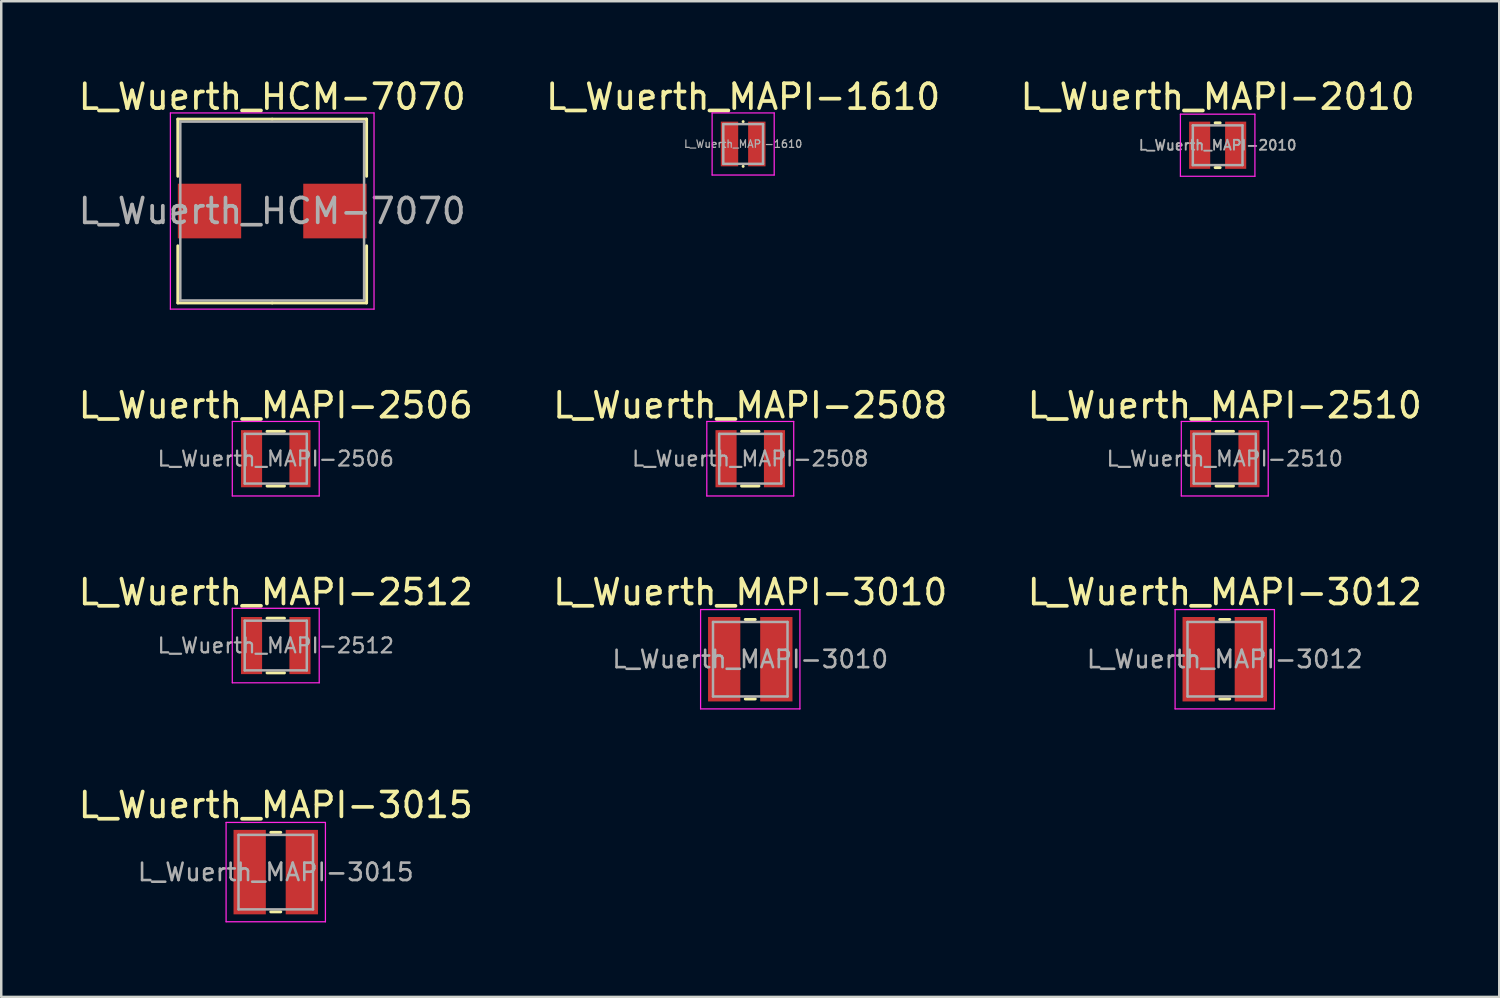
<source format=kicad_pcb>
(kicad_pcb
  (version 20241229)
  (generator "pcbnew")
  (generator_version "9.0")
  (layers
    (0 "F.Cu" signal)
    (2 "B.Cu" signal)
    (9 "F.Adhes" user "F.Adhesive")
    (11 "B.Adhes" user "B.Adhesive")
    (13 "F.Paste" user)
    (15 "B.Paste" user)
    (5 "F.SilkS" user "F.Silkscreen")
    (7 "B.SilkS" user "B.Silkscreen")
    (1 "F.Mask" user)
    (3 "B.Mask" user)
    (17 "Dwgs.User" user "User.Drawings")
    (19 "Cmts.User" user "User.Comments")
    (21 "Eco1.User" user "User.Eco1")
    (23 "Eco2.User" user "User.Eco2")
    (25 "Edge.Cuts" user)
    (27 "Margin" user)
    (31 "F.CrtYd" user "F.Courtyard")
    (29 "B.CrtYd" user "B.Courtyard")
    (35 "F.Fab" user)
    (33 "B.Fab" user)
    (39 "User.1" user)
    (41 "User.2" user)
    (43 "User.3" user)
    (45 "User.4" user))
  (footprint "L_Wuerth_MAPI-3012"
    (layer "F.Cu")
    (at 46.268 23.495)
    (property "Reference" "L_Wuerth_MAPI-3012" (at 0 -2.7 0) (layer "F.SilkS") (effects (font (size 1 1) (thickness 0.15))))
    (attr smd)
    (fp_line (start -0.2 -1.6) (end 0.2 -1.6) (stroke (width 0.12) (type solid)) (layer "F.SilkS"))
    (fp_line (start -0.2 1.6) (end 0.2 1.6) (stroke (width 0.12) (type solid)) (layer "F.SilkS"))
    (fp_line (start -2 -2) (end -2 2) (stroke (width 0.05) (type solid)) (layer "F.CrtYd"))
    (fp_line (start -2 2) (end 2 2) (stroke (width 0.05) (type solid)) (layer "F.CrtYd"))
    (fp_line (start 2 -2) (end -2 -2) (stroke (width 0.05) (type solid)) (layer "F.CrtYd"))
    (fp_line (start 2 2) (end 2 -2) (stroke (width 0.05) (type solid)) (layer "F.CrtYd"))
    (fp_line (start -1.5 -1.5) (end -1.5 1.5) (stroke (width 0.1) (type solid)) (layer "F.Fab"))
    (fp_line (start -1.5 1.5) (end 1.5 1.5) (stroke (width 0.1) (type solid)) (layer "F.Fab"))
    (fp_line (start 1.5 -1.5) (end -1.5 -1.5) (stroke (width 0.1) (type solid)) (layer "F.Fab"))
    (fp_line (start 1.5 1.5) (end 1.5 -1.5) (stroke (width 0.1) (type solid)) (layer "F.Fab"))
    (fp_text user "${REFERENCE}" (at 0 0 0) (layer "F.Fab") (effects (font (size 0.7 0.7) (thickness 0.105))))
    (pad "1" smd rect (at -1.05 0) (size 1.3 3.4) (layers "F.Cu" "F.Mask" "F.Paste"))
    (pad "2" smd rect (at 1.05 0) (size 1.3 3.4) (layers "F.Cu" "F.Mask" "F.Paste")))
  (footprint "L_Wuerth_MAPI-2508"
    (layer "F.Cu")
    (at 27.161 15.421)
    (property "Reference" "L_Wuerth_MAPI-2508" (at 0 -2.15 0) (layer "F.SilkS") (effects (font (size 1 1) (thickness 0.15))))
    (attr smd)
    (fp_line (start -0.35 -1.1) (end 0.35 -1.1) (stroke (width 0.12) (type solid)) (layer "F.SilkS"))
    (fp_line (start -0.35 1.1) (end 0.35 1.1) (stroke (width 0.12) (type solid)) (layer "F.SilkS"))
    (fp_line (start -1.75 -1.5) (end -1.75 1.5) (stroke (width 0.05) (type solid)) (layer "F.CrtYd"))
    (fp_line (start -1.75 1.5) (end 1.75 1.5) (stroke (width 0.05) (type solid)) (layer "F.CrtYd"))
    (fp_line (start 1.75 -1.5) (end -1.75 -1.5) (stroke (width 0.05) (type solid)) (layer "F.CrtYd"))
    (fp_line (start 1.75 1.5) (end 1.75 -1.5) (stroke (width 0.05) (type solid)) (layer "F.CrtYd"))
    (fp_line (start -1.25 -1) (end -1.25 1) (stroke (width 0.1) (type solid)) (layer "F.Fab"))
    (fp_line (start -1.25 1) (end 1.25 1) (stroke (width 0.1) (type solid)) (layer "F.Fab"))
    (fp_line (start 1.25 -1) (end -1.25 -1) (stroke (width 0.1) (type solid)) (layer "F.Fab"))
    (fp_line (start 1.25 1) (end 1.25 -1) (stroke (width 0.1) (type solid)) (layer "F.Fab"))
    (fp_text user "${REFERENCE}" (at 0 0 0) (layer "F.Fab") (effects (font (size 0.6 0.6) (thickness 0.09))))
    (pad "1" smd rect (at -0.975 0) (size 0.85 2.3) (layers "F.Cu" "F.Mask" "F.Paste"))
    (pad "2" smd rect (at 0.975 0) (size 0.85 2.3) (layers "F.Cu" "F.Mask" "F.Paste")))
  (footprint "L_Wuerth_MAPI-2010"
    (layer "F.Cu")
    (at 45.982 2.798)
    (property "Reference" "L_Wuerth_MAPI-2010" (at 0 -1.95 0) (layer "F.SilkS") (effects (font (size 1 1) (thickness 0.15))))
    (attr smd)
    (fp_line (start -0.1 -0.9) (end 0.1 -0.9) (stroke (width 0.12) (type solid)) (layer "F.SilkS"))
    (fp_line (start -0.1 0.9) (end 0.1 0.9) (stroke (width 0.12) (type solid)) (layer "F.SilkS"))
    (fp_line (start -1.5 -1.25) (end -1.5 1.25) (stroke (width 0.05) (type solid)) (layer "F.CrtYd"))
    (fp_line (start -1.5 1.25) (end 1.5 1.25) (stroke (width 0.05) (type solid)) (layer "F.CrtYd"))
    (fp_line (start 1.5 -1.25) (end -1.5 -1.25) (stroke (width 0.05) (type solid)) (layer "F.CrtYd"))
    (fp_line (start 1.5 1.25) (end 1.5 -1.25) (stroke (width 0.05) (type solid)) (layer "F.CrtYd"))
    (fp_line (start -1 -0.8) (end -1 0.8) (stroke (width 0.1) (type solid)) (layer "F.Fab"))
    (fp_line (start -1 0.8) (end 1 0.8) (stroke (width 0.1) (type solid)) (layer "F.Fab"))
    (fp_line (start 1 -0.8) (end -1 -0.8) (stroke (width 0.1) (type solid)) (layer "F.Fab"))
    (fp_line (start 1 0.8) (end 1 -0.8) (stroke (width 0.1) (type solid)) (layer "F.Fab"))
    (fp_text user "${REFERENCE}" (at 0 0 0) (layer "F.Fab") (effects (font (size 0.4 0.4) (thickness 0.075))))
    (pad "1" smd rect (at -0.725 0) (size 0.85 1.9) (layers "F.Cu" "F.Mask" "F.Paste"))
    (pad "2" smd rect (at 0.725 0) (size 0.85 1.9) (layers "F.Cu" "F.Mask" "F.Paste")))
  (footprint "L_Wuerth_MAPI-2512"
    (layer "F.Cu")
    (at 8.054 22.945)
    (property "Reference" "L_Wuerth_MAPI-2512" (at 0 -2.15 0) (layer "F.SilkS") (effects (font (size 1 1) (thickness 0.15))))
    (attr smd)
    (fp_line (start -0.35 -1.1) (end 0.35 -1.1) (stroke (width 0.12) (type solid)) (layer "F.SilkS"))
    (fp_line (start -0.35 1.1) (end 0.35 1.1) (stroke (width 0.12) (type solid)) (layer "F.SilkS"))
    (fp_line (start -1.75 -1.5) (end -1.75 1.5) (stroke (width 0.05) (type solid)) (layer "F.CrtYd"))
    (fp_line (start -1.75 1.5) (end 1.75 1.5) (stroke (width 0.05) (type solid)) (layer "F.CrtYd"))
    (fp_line (start 1.75 -1.5) (end -1.75 -1.5) (stroke (width 0.05) (type solid)) (layer "F.CrtYd"))
    (fp_line (start 1.75 1.5) (end 1.75 -1.5) (stroke (width 0.05) (type solid)) (layer "F.CrtYd"))
    (fp_line (start -1.25 -1) (end -1.25 1) (stroke (width 0.1) (type solid)) (layer "F.Fab"))
    (fp_line (start -1.25 1) (end 1.25 1) (stroke (width 0.1) (type solid)) (layer "F.Fab"))
    (fp_line (start 1.25 -1) (end -1.25 -1) (stroke (width 0.1) (type solid)) (layer "F.Fab"))
    (fp_line (start 1.25 1) (end 1.25 -1) (stroke (width 0.1) (type solid)) (layer "F.Fab"))
    (fp_text user "${REFERENCE}" (at 0 0 0) (layer "F.Fab") (effects (font (size 0.6 0.6) (thickness 0.09))))
    (pad "1" smd rect (at -0.975 0) (size 0.85 2.3) (layers "F.Cu" "F.Mask" "F.Paste"))
    (pad "2" smd rect (at 0.975 0) (size 0.85 2.3) (layers "F.Cu" "F.Mask" "F.Paste")))
  (footprint "L_Wuerth_MAPI-1610"
    (layer "F.Cu")
    (at 26.875 2.748)
    (property "Reference" "L_Wuerth_MAPI-1610" (at 0 -1.9 0) (layer "F.SilkS") (effects (font (size 1 1) (thickness 0.15))))
    (attr smd)
    (fp_line (start 0 -0.9) (end 0 -0.9) (stroke (width 0.12) (type solid)) (layer "F.SilkS"))
    (fp_line (start 0 0.9) (end 0 0.9) (stroke (width 0.12) (type solid)) (layer "F.SilkS"))
    (fp_line (start -1.25 -1.25) (end -1.25 1.25) (stroke (width 0.05) (type solid)) (layer "F.CrtYd"))
    (fp_line (start -1.25 1.25) (end 1.25 1.25) (stroke (width 0.05) (type solid)) (layer "F.CrtYd"))
    (fp_line (start 1.25 -1.25) (end -1.25 -1.25) (stroke (width 0.05) (type solid)) (layer "F.CrtYd"))
    (fp_line (start 1.25 1.25) (end 1.25 -1.25) (stroke (width 0.05) (type solid)) (layer "F.CrtYd"))
    (fp_line (start -0.8 -0.8) (end -0.8 0.8) (stroke (width 0.1) (type solid)) (layer "F.Fab"))
    (fp_line (start -0.8 0.8) (end 0.8 0.8) (stroke (width 0.1) (type solid)) (layer "F.Fab"))
    (fp_line (start 0.8 -0.8) (end -0.8 -0.8) (stroke (width 0.1) (type solid)) (layer "F.Fab"))
    (fp_line (start 0.8 0.8) (end 0.8 -0.8) (stroke (width 0.1) (type solid)) (layer "F.Fab"))
    (fp_text user "${REFERENCE}" (at 0 0 0) (layer "F.Fab") (effects (font (size 0.3 0.3) (thickness 0.05))))
    (pad "1" smd rect (at -0.55 0) (size 0.7 1.8) (layers "F.Cu" "F.Mask" "F.Paste"))
    (pad "2" smd rect (at 0.55 0) (size 0.7 1.8) (layers "F.Cu" "F.Mask" "F.Paste")))
  (footprint "L_Wuerth_MAPI-2510"
    (layer "F.Cu")
    (at 46.268 15.421)
    (property "Reference" "L_Wuerth_MAPI-2510" (at 0 -2.15 0) (layer "F.SilkS") (effects (font (size 1 1) (thickness 0.15))))
    (attr smd)
    (fp_line (start -0.35 -1.1) (end 0.35 -1.1) (stroke (width 0.12) (type solid)) (layer "F.SilkS"))
    (fp_line (start -0.35 1.1) (end 0.35 1.1) (stroke (width 0.12) (type solid)) (layer "F.SilkS"))
    (fp_line (start -1.75 -1.5) (end -1.75 1.5) (stroke (width 0.05) (type solid)) (layer "F.CrtYd"))
    (fp_line (start -1.75 1.5) (end 1.75 1.5) (stroke (width 0.05) (type solid)) (layer "F.CrtYd"))
    (fp_line (start 1.75 -1.5) (end -1.75 -1.5) (stroke (width 0.05) (type solid)) (layer "F.CrtYd"))
    (fp_line (start 1.75 1.5) (end 1.75 -1.5) (stroke (width 0.05) (type solid)) (layer "F.CrtYd"))
    (fp_line (start -1.25 -1) (end -1.25 1) (stroke (width 0.1) (type solid)) (layer "F.Fab"))
    (fp_line (start -1.25 1) (end 1.25 1) (stroke (width 0.1) (type solid)) (layer "F.Fab"))
    (fp_line (start 1.25 -1) (end -1.25 -1) (stroke (width 0.1) (type solid)) (layer "F.Fab"))
    (fp_line (start 1.25 1) (end 1.25 -1) (stroke (width 0.1) (type solid)) (layer "F.Fab"))
    (fp_text user "${REFERENCE}" (at 0 0 0) (layer "F.Fab") (effects (font (size 0.6 0.6) (thickness 0.09))))
    (pad "1" smd rect (at -0.975 0) (size 0.85 2.3) (layers "F.Cu" "F.Mask" "F.Paste"))
    (pad "2" smd rect (at 0.975 0) (size 0.85 2.3) (layers "F.Cu" "F.Mask" "F.Paste")))
  (footprint "L_Wuerth_MAPI-3010"
    (layer "F.Cu")
    (at 27.161 23.495)
    (property "Reference" "L_Wuerth_MAPI-3010" (at 0 -2.7 0) (layer "F.SilkS") (effects (font (size 1 1) (thickness 0.15))))
    (attr smd)
    (fp_line (start -0.2 -1.6) (end 0.2 -1.6) (stroke (width 0.12) (type solid)) (layer "F.SilkS"))
    (fp_line (start -0.2 1.6) (end 0.2 1.6) (stroke (width 0.12) (type solid)) (layer "F.SilkS"))
    (fp_line (start -2 -2) (end -2 2) (stroke (width 0.05) (type solid)) (layer "F.CrtYd"))
    (fp_line (start -2 2) (end 2 2) (stroke (width 0.05) (type solid)) (layer "F.CrtYd"))
    (fp_line (start 2 -2) (end -2 -2) (stroke (width 0.05) (type solid)) (layer "F.CrtYd"))
    (fp_line (start 2 2) (end 2 -2) (stroke (width 0.05) (type solid)) (layer "F.CrtYd"))
    (fp_line (start -1.5 -1.5) (end -1.5 1.5) (stroke (width 0.1) (type solid)) (layer "F.Fab"))
    (fp_line (start -1.5 1.5) (end 1.5 1.5) (stroke (width 0.1) (type solid)) (layer "F.Fab"))
    (fp_line (start 1.5 -1.5) (end -1.5 -1.5) (stroke (width 0.1) (type solid)) (layer "F.Fab"))
    (fp_line (start 1.5 1.5) (end 1.5 -1.5) (stroke (width 0.1) (type solid)) (layer "F.Fab"))
    (fp_text user "${REFERENCE}" (at 0 0 0) (layer "F.Fab") (effects (font (size 0.7 0.7) (thickness 0.105))))
    (pad "1" smd rect (at -1.05 0) (size 1.3 3.4) (layers "F.Cu" "F.Mask" "F.Paste"))
    (pad "2" smd rect (at 1.05 0) (size 1.3 3.4) (layers "F.Cu" "F.Mask" "F.Paste")))
  (footprint "L_Wuerth_MAPI-2506"
    (layer "F.Cu")
    (at 8.054 15.421)
    (property "Reference" "L_Wuerth_MAPI-2506" (at 0 -2.15 0) (layer "F.SilkS") (effects (font (size 1 1) (thickness 0.15))))
    (attr smd)
    (fp_line (start -0.35 -1.1) (end 0.35 -1.1) (stroke (width 0.12) (type solid)) (layer "F.SilkS"))
    (fp_line (start -0.35 1.1) (end 0.35 1.1) (stroke (width 0.12) (type solid)) (layer "F.SilkS"))
    (fp_line (start -1.75 -1.5) (end -1.75 1.5) (stroke (width 0.05) (type solid)) (layer "F.CrtYd"))
    (fp_line (start -1.75 1.5) (end 1.75 1.5) (stroke (width 0.05) (type solid)) (layer "F.CrtYd"))
    (fp_line (start 1.75 -1.5) (end -1.75 -1.5) (stroke (width 0.05) (type solid)) (layer "F.CrtYd"))
    (fp_line (start 1.75 1.5) (end 1.75 -1.5) (stroke (width 0.05) (type solid)) (layer "F.CrtYd"))
    (fp_line (start -1.25 -1) (end -1.25 1) (stroke (width 0.1) (type solid)) (layer "F.Fab"))
    (fp_line (start -1.25 1) (end 1.25 1) (stroke (width 0.1) (type solid)) (layer "F.Fab"))
    (fp_line (start 1.25 -1) (end -1.25 -1) (stroke (width 0.1) (type solid)) (layer "F.Fab"))
    (fp_line (start 1.25 1) (end 1.25 -1) (stroke (width 0.1) (type solid)) (layer "F.Fab"))
    (fp_text user "${REFERENCE}" (at 0 0 0) (layer "F.Fab") (effects (font (size 0.6 0.6) (thickness 0.09))))
    (pad "1" smd rect (at -0.975 0) (size 0.85 2.3) (layers "F.Cu" "F.Mask" "F.Paste"))
    (pad "2" smd rect (at 0.975 0) (size 0.85 2.3) (layers "F.Cu" "F.Mask" "F.Paste")))
  (footprint "L_Wuerth_HCM-7070"
    (layer "F.Cu")
    (at 7.911 5.448)
    (property "Reference" "L_Wuerth_HCM-7070" (at 0 -4.6 0) (layer "F.SilkS") (effects (font (size 1 1) (thickness 0.15))))
    (attr smd)
    (fp_line (start -3.8 -3.7) (end 0 -3.7) (stroke (width 0.12) (type solid)) (layer "F.SilkS"))
    (fp_line (start -3.8 -1.4) (end -3.8 -3.7) (stroke (width 0.12) (type solid)) (layer "F.SilkS"))
    (fp_line (start -3.8 1.4) (end -3.8 3.7) (stroke (width 0.12) (type solid)) (layer "F.SilkS"))
    (fp_line (start -3.8 3.7) (end 0 3.7) (stroke (width 0.12) (type solid)) (layer "F.SilkS"))
    (fp_line (start 3.8 -3.7) (end 0 -3.7) (stroke (width 0.12) (type solid)) (layer "F.SilkS"))
    (fp_line (start 3.8 -1.4) (end 3.8 -3.7) (stroke (width 0.12) (type solid)) (layer "F.SilkS"))
    (fp_line (start 3.8 1.4) (end 3.8 3.7) (stroke (width 0.12) (type solid)) (layer "F.SilkS"))
    (fp_line (start 3.8 3.7) (end 0 3.7) (stroke (width 0.12) (type solid)) (layer "F.SilkS"))
    (fp_line (start -4.1 -3.95) (end -4.1 3.95) (stroke (width 0.05) (type solid)) (layer "F.CrtYd"))
    (fp_line (start -4.1 3.95) (end 4.1 3.95) (stroke (width 0.05) (type solid)) (layer "F.CrtYd"))
    (fp_line (start 4.1 -3.95) (end -4.1 -3.95) (stroke (width 0.05) (type solid)) (layer "F.CrtYd"))
    (fp_line (start 4.1 3.95) (end 4.1 -3.95) (stroke (width 0.05) (type solid)) (layer "F.CrtYd"))
    (fp_line (start -3.7 -3.6) (end -3.7 3.6) (stroke (width 0.1) (type solid)) (layer "F.Fab"))
    (fp_line (start -3.7 3.6) (end 3.7 3.6) (stroke (width 0.1) (type solid)) (layer "F.Fab"))
    (fp_line (start 3.7 -3.6) (end -3.7 -3.6) (stroke (width 0.1) (type solid)) (layer "F.Fab"))
    (fp_line (start 3.7 3.6) (end 3.7 -3.6) (stroke (width 0.1) (type solid)) (layer "F.Fab"))
    (fp_text user "${REFERENCE}" (at 0 0 0) (layer "F.Fab") (effects (font (size 1 1) (thickness 0.15))))
    (pad "1" smd rect (at -2.525 0) (size 2.55 2.2) (layers "F.Cu" "F.Mask" "F.Paste"))
    (pad "2" smd rect (at 2.525 0) (size 2.55 2.2) (layers "F.Cu" "F.Mask" "F.Paste")))
  (footprint "L_Wuerth_MAPI-3015"
    (layer "F.Cu")
    (at 8.054 32.068)
    (property "Reference" "L_Wuerth_MAPI-3015" (at 0 -2.7 0) (layer "F.SilkS") (effects (font (size 1 1) (thickness 0.15))))
    (attr smd)
    (fp_line (start -0.2 -1.6) (end 0.2 -1.6) (stroke (width 0.12) (type solid)) (layer "F.SilkS"))
    (fp_line (start -0.2 1.6) (end 0.2 1.6) (stroke (width 0.12) (type solid)) (layer "F.SilkS"))
    (fp_line (start -2 -2) (end -2 2) (stroke (width 0.05) (type solid)) (layer "F.CrtYd"))
    (fp_line (start -2 2) (end 2 2) (stroke (width 0.05) (type solid)) (layer "F.CrtYd"))
    (fp_line (start 2 -2) (end -2 -2) (stroke (width 0.05) (type solid)) (layer "F.CrtYd"))
    (fp_line (start 2 2) (end 2 -2) (stroke (width 0.05) (type solid)) (layer "F.CrtYd"))
    (fp_line (start -1.5 -1.5) (end -1.5 1.5) (stroke (width 0.1) (type solid)) (layer "F.Fab"))
    (fp_line (start -1.5 1.5) (end 1.5 1.5) (stroke (width 0.1) (type solid)) (layer "F.Fab"))
    (fp_line (start 1.5 -1.5) (end -1.5 -1.5) (stroke (width 0.1) (type solid)) (layer "F.Fab"))
    (fp_line (start 1.5 1.5) (end 1.5 -1.5) (stroke (width 0.1) (type solid)) (layer "F.Fab"))
    (fp_text user "${REFERENCE}" (at 0 0 0) (layer "F.Fab") (effects (font (size 0.7 0.7) (thickness 0.105))))
    (pad "1" smd rect (at -1.05 0) (size 1.3 3.4) (layers "F.Cu" "F.Mask" "F.Paste"))
    (pad "2" smd rect (at 1.05 0) (size 1.3 3.4) (layers "F.Cu" "F.Mask" "F.Paste")))
  (gr_rect
    (start -3 -3)
    (end 57.321 37.093)
    (stroke (width 0.1) (type default))
    (fill no)
    (layer "Edge.Cuts")))
</source>
